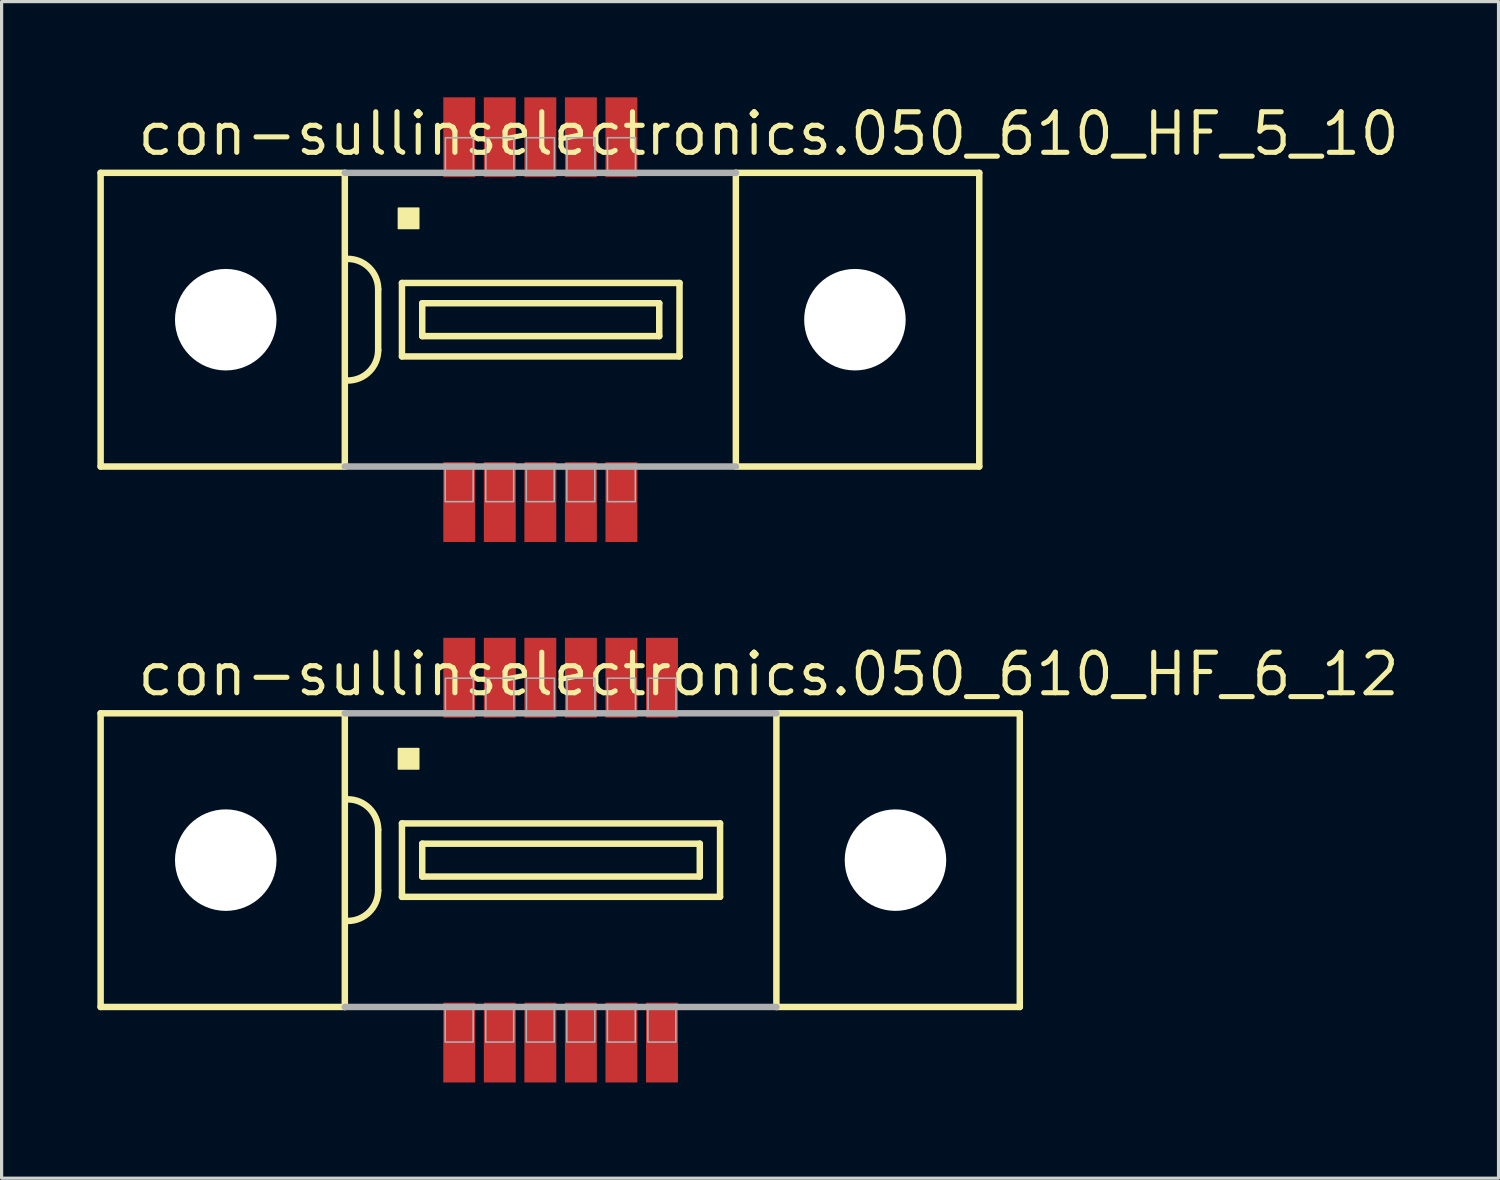
<source format=kicad_pcb>
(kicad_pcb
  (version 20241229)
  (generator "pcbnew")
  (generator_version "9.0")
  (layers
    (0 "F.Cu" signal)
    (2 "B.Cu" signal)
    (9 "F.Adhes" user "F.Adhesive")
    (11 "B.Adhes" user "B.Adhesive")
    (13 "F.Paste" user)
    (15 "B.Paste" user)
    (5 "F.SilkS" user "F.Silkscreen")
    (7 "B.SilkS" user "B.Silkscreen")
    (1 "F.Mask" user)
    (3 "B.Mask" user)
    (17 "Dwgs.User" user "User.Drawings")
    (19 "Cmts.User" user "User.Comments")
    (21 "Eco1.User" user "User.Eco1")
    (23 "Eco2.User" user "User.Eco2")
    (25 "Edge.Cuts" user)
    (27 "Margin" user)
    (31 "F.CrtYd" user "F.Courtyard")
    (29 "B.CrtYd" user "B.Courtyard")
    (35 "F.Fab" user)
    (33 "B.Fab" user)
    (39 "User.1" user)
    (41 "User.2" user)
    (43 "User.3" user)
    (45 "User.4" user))
  (footprint "con-sullinselectronics.050_610_HF_5_10"
    (layer "F.Cu")
    (at 13.877 6.965)
    (property "Reference" "con-sullinselectronics.050_610_HF_5_10" (at -12.7 -5.08 0) (layer "F.SilkS") (effects (font (size 1.27 1.27) (thickness 0.16)) (justify left bottom)))
    (attr smd)
    (fp_line (start -13.775 -4.6) (end -13.775 4.6) (stroke (width 0.203) (type default)) (layer "F.SilkS"))
    (fp_line (start -13.775 4.6) (end -6.125 4.6) (stroke (width 0.203) (type default)) (layer "F.SilkS"))
    (fp_line (start -6.125 -4.6) (end -13.775 -4.6) (stroke (width 0.203) (type default)) (layer "F.SilkS"))
    (fp_line (start -6.125 -4.6) (end -6.125 4.6) (stroke (width 0.203) (type default)) (layer "F.SilkS"))
    (fp_line (start -5.08 -0.953) (end -5.08 0.953) (stroke (width 0.203) (type default)) (layer "F.SilkS"))
    (fp_line (start -4.335 -1.15) (end -4.335 1.15) (stroke (width 0.203) (type default)) (layer "F.SilkS"))
    (fp_line (start -4.335 1.15) (end 4.36 1.15) (stroke (width 0.203) (type default)) (layer "F.SilkS"))
    (fp_line (start -3.7 -0.515) (end -3.7 0.515) (stroke (width 0.203) (type default)) (layer "F.SilkS"))
    (fp_line (start -3.7 0.515) (end 3.725 0.515) (stroke (width 0.203) (type default)) (layer "F.SilkS"))
    (fp_line (start 3.725 -0.515) (end -3.7 -0.515) (stroke (width 0.203) (type default)) (layer "F.SilkS"))
    (fp_line (start 3.725 0.515) (end 3.725 -0.515) (stroke (width 0.203) (type default)) (layer "F.SilkS"))
    (fp_line (start 4.36 -1.15) (end -4.335 -1.15) (stroke (width 0.203) (type default)) (layer "F.SilkS"))
    (fp_line (start 4.36 1.15) (end 4.36 -1.15) (stroke (width 0.203) (type default)) (layer "F.SilkS"))
    (fp_line (start 6.125 4.6) (end 6.125 -4.6) (stroke (width 0.203) (type default)) (layer "F.SilkS"))
    (fp_line (start 6.125 4.6) (end 13.75 4.6) (stroke (width 0.203) (type default)) (layer "F.SilkS"))
    (fp_line (start 13.75 -4.6) (end 6.125 -4.6) (stroke (width 0.203) (type default)) (layer "F.SilkS"))
    (fp_line (start 13.75 4.6) (end 13.75 -4.6) (stroke (width 0.203) (type default)) (layer "F.SilkS"))
    (fp_rect (start -4.445 -2.857) (end -3.81 -3.493) (stroke (width 0.05) (type default)) (fill yes) (layer "F.SilkS"))
    (fp_arc (start -6.0325 -1.905) (mid -5.358981 -1.626019) (end -5.08 -0.9525) (stroke (width 0.2032) (type default)) (layer "F.SilkS"))
    (fp_arc (start -5.08 0.9525) (mid -5.35901 1.62599) (end -6.0325 1.905) (stroke (width 0.2032) (type default)) (layer "F.SilkS"))
    (fp_line (start -6.125 4.6) (end 6.125 4.6) (stroke (width 0.203) (type default)) (layer "F.Fab"))
    (fp_line (start 6.125 -4.6) (end -6.125 -4.6) (stroke (width 0.203) (type default)) (layer "F.Fab"))
    (fp_rect (start -2.98 5.7) (end -2.105 4.65) (stroke (width 0.05) (type default)) (fill no) (layer "F.Fab"))
    (fp_rect (start -2.975 -4.65) (end -2.1 -5.7) (stroke (width 0.05) (type default)) (fill no) (layer "F.Fab"))
    (fp_rect (start -1.71 5.7) (end -0.835 4.65) (stroke (width 0.05) (type default)) (fill no) (layer "F.Fab"))
    (fp_rect (start -1.705 -4.65) (end -0.83 -5.7) (stroke (width 0.05) (type default)) (fill no) (layer "F.Fab"))
    (fp_rect (start -0.44 5.7) (end 0.435 4.65) (stroke (width 0.05) (type default)) (fill no) (layer "F.Fab"))
    (fp_rect (start -0.435 -4.65) (end 0.44 -5.7) (stroke (width 0.05) (type default)) (fill no) (layer "F.Fab"))
    (fp_rect (start 0.83 5.7) (end 1.705 4.65) (stroke (width 0.05) (type default)) (fill no) (layer "F.Fab"))
    (fp_rect (start 0.835 -4.65) (end 1.71 -5.7) (stroke (width 0.05) (type default)) (fill no) (layer "F.Fab"))
    (fp_rect (start 2.1 5.7) (end 2.975 4.65) (stroke (width 0.05) (type default)) (fill no) (layer "F.Fab"))
    (fp_rect (start 2.105 -4.65) (end 2.98 -5.7) (stroke (width 0.05) (type default)) (fill no) (layer "F.Fab"))
    (pad "" np_thru_hole circle (at -9.855 0) (size 3.18 3.18) (drill 3.18) (layers "*.Cu" "*.Mask"))
    (pad "" np_thru_hole circle (at 9.855 0) (size 3.18 3.18) (drill 3.18) (layers "*.Cu" "*.Mask"))
    (pad "1" smd roundrect (at -2.54 -5.715) (size 1 2.5) (layers "F.Cu" "F.Mask" "F.Paste") (roundrect_rratio 0.01))
    (pad "2" smd roundrect (at -1.27 -5.715) (size 1 2.5) (layers "F.Cu" "F.Mask" "F.Paste") (roundrect_rratio 0.01))
    (pad "3" smd roundrect (at 0 -5.715) (size 1 2.5) (layers "F.Cu" "F.Mask" "F.Paste") (roundrect_rratio 0.01))
    (pad "4" smd roundrect (at 1.27 -5.715) (size 1 2.5) (layers "F.Cu" "F.Mask" "F.Paste") (roundrect_rratio 0.01))
    (pad "5" smd roundrect (at 2.54 -5.715) (size 1 2.5) (layers "F.Cu" "F.Mask" "F.Paste") (roundrect_rratio 0.01))
    (pad "6" smd roundrect (at -2.54 5.715) (size 1 2.5) (layers "F.Cu" "F.Mask" "F.Paste") (roundrect_rratio 0.01))
    (pad "7" smd roundrect (at -1.27 5.715) (size 1 2.5) (layers "F.Cu" "F.Mask" "F.Paste") (roundrect_rratio 0.01))
    (pad "8" smd roundrect (at 0 5.715) (size 1 2.5) (layers "F.Cu" "F.Mask" "F.Paste") (roundrect_rratio 0.01))
    (pad "9" smd roundrect (at 1.27 5.715) (size 1 2.5) (layers "F.Cu" "F.Mask" "F.Paste") (roundrect_rratio 0.01))
    (pad "10" smd roundrect (at 2.54 5.715) (size 1 2.5) (layers "F.Cu" "F.Mask" "F.Paste") (roundrect_rratio 0.01)))
  (footprint "con-sullinselectronics.050_610_HF_6_12"
    (layer "F.Cu")
    (at 14.512 23.895)
    (property "Reference" "con-sullinselectronics.050_610_HF_6_12" (at -13.335 -5.08 0) (layer "F.SilkS") (effects (font (size 1.27 1.27) (thickness 0.16)) (justify left bottom)))
    (attr smd)
    (fp_line (start -14.41 -4.6) (end -14.41 4.6) (stroke (width 0.203) (type default)) (layer "F.SilkS"))
    (fp_line (start -14.41 4.6) (end -6.76 4.6) (stroke (width 0.203) (type default)) (layer "F.SilkS"))
    (fp_line (start -6.76 -4.6) (end -14.41 -4.6) (stroke (width 0.203) (type default)) (layer "F.SilkS"))
    (fp_line (start -6.76 -4.6) (end -6.76 4.6) (stroke (width 0.203) (type default)) (layer "F.SilkS"))
    (fp_line (start -5.715 -0.953) (end -5.715 0.953) (stroke (width 0.203) (type default)) (layer "F.SilkS"))
    (fp_line (start -4.97 -1.15) (end -4.97 1.15) (stroke (width 0.203) (type default)) (layer "F.SilkS"))
    (fp_line (start -4.97 1.15) (end 4.995 1.15) (stroke (width 0.203) (type default)) (layer "F.SilkS"))
    (fp_line (start -4.335 -0.515) (end -4.335 0.515) (stroke (width 0.203) (type default)) (layer "F.SilkS"))
    (fp_line (start -4.335 0.515) (end 4.36 0.515) (stroke (width 0.203) (type default)) (layer "F.SilkS"))
    (fp_line (start 4.36 -0.515) (end -4.335 -0.515) (stroke (width 0.203) (type default)) (layer "F.SilkS"))
    (fp_line (start 4.36 0.515) (end 4.36 -0.515) (stroke (width 0.203) (type default)) (layer "F.SilkS"))
    (fp_line (start 4.995 -1.15) (end -4.97 -1.15) (stroke (width 0.203) (type default)) (layer "F.SilkS"))
    (fp_line (start 4.995 1.15) (end 4.995 -1.15) (stroke (width 0.203) (type default)) (layer "F.SilkS"))
    (fp_line (start 6.76 4.6) (end 6.76 -4.6) (stroke (width 0.203) (type default)) (layer "F.SilkS"))
    (fp_line (start 6.76 4.6) (end 14.385 4.6) (stroke (width 0.203) (type default)) (layer "F.SilkS"))
    (fp_line (start 14.385 -4.6) (end 6.76 -4.6) (stroke (width 0.203) (type default)) (layer "F.SilkS"))
    (fp_line (start 14.385 4.6) (end 14.385 -4.6) (stroke (width 0.203) (type default)) (layer "F.SilkS"))
    (fp_rect (start -5.08 -2.857) (end -4.445 -3.493) (stroke (width 0.05) (type default)) (fill yes) (layer "F.SilkS"))
    (fp_arc (start -6.6675 -1.905) (mid -5.993981 -1.626019) (end -5.715 -0.9525) (stroke (width 0.2032) (type default)) (layer "F.SilkS"))
    (fp_arc (start -5.715 0.9525) (mid -5.99401 1.62599) (end -6.6675 1.905) (stroke (width 0.2032) (type default)) (layer "F.SilkS"))
    (fp_line (start -6.76 4.6) (end 6.76 4.6) (stroke (width 0.203) (type default)) (layer "F.Fab"))
    (fp_line (start 6.76 -4.6) (end -6.76 -4.6) (stroke (width 0.203) (type default)) (layer "F.Fab"))
    (fp_rect (start -3.615 5.7) (end -2.74 4.65) (stroke (width 0.05) (type default)) (fill no) (layer "F.Fab"))
    (fp_rect (start -3.61 -4.65) (end -2.735 -5.7) (stroke (width 0.05) (type default)) (fill no) (layer "F.Fab"))
    (fp_rect (start -2.345 5.7) (end -1.47 4.65) (stroke (width 0.05) (type default)) (fill no) (layer "F.Fab"))
    (fp_rect (start -2.34 -4.65) (end -1.465 -5.7) (stroke (width 0.05) (type default)) (fill no) (layer "F.Fab"))
    (fp_rect (start -1.075 5.7) (end -0.2 4.65) (stroke (width 0.05) (type default)) (fill no) (layer "F.Fab"))
    (fp_rect (start -1.07 -4.65) (end -0.195 -5.7) (stroke (width 0.05) (type default)) (fill no) (layer "F.Fab"))
    (fp_rect (start 0.195 5.7) (end 1.07 4.65) (stroke (width 0.05) (type default)) (fill no) (layer "F.Fab"))
    (fp_rect (start 0.2 -4.65) (end 1.075 -5.7) (stroke (width 0.05) (type default)) (fill no) (layer "F.Fab"))
    (fp_rect (start 1.465 5.7) (end 2.34 4.65) (stroke (width 0.05) (type default)) (fill no) (layer "F.Fab"))
    (fp_rect (start 1.47 -4.65) (end 2.345 -5.7) (stroke (width 0.05) (type default)) (fill no) (layer "F.Fab"))
    (fp_rect (start 2.735 5.7) (end 3.61 4.65) (stroke (width 0.05) (type default)) (fill no) (layer "F.Fab"))
    (fp_rect (start 2.74 -4.65) (end 3.615 -5.7) (stroke (width 0.05) (type default)) (fill no) (layer "F.Fab"))
    (pad "" np_thru_hole circle (at -10.49 0) (size 3.18 3.18) (drill 3.18) (layers "*.Cu" "*.Mask"))
    (pad "" np_thru_hole circle (at 10.49 0) (size 3.18 3.18) (drill 3.18) (layers "*.Cu" "*.Mask"))
    (pad "1" smd roundrect (at -3.175 -5.715) (size 1 2.5) (layers "F.Cu" "F.Mask" "F.Paste") (roundrect_rratio 0.01))
    (pad "2" smd roundrect (at -1.905 -5.715) (size 1 2.5) (layers "F.Cu" "F.Mask" "F.Paste") (roundrect_rratio 0.01))
    (pad "3" smd roundrect (at -0.635 -5.715) (size 1 2.5) (layers "F.Cu" "F.Mask" "F.Paste") (roundrect_rratio 0.01))
    (pad "4" smd roundrect (at 0.635 -5.715) (size 1 2.5) (layers "F.Cu" "F.Mask" "F.Paste") (roundrect_rratio 0.01))
    (pad "5" smd roundrect (at 1.905 -5.715) (size 1 2.5) (layers "F.Cu" "F.Mask" "F.Paste") (roundrect_rratio 0.01))
    (pad "6" smd roundrect (at 3.175 -5.715) (size 1 2.5) (layers "F.Cu" "F.Mask" "F.Paste") (roundrect_rratio 0.01))
    (pad "7" smd roundrect (at -3.175 5.715 180) (size 1 2.5) (layers "F.Cu" "F.Mask" "F.Paste") (roundrect_rratio 0.01))
    (pad "8" smd roundrect (at -1.905 5.715 180) (size 1 2.5) (layers "F.Cu" "F.Mask" "F.Paste") (roundrect_rratio 0.01))
    (pad "9" smd roundrect (at -0.635 5.715 180) (size 1 2.5) (layers "F.Cu" "F.Mask" "F.Paste") (roundrect_rratio 0.01))
    (pad "10" smd roundrect (at 0.635 5.715 180) (size 1 2.5) (layers "F.Cu" "F.Mask" "F.Paste") (roundrect_rratio 0.01))
    (pad "11" smd roundrect (at 1.905 5.715) (size 1 2.5) (layers "F.Cu" "F.Mask" "F.Paste") (roundrect_rratio 0.01))
    (pad "12" smd roundrect (at 3.175 5.715) (size 1 2.5) (layers "F.Cu" "F.Mask" "F.Paste") (roundrect_rratio 0.01)))
  (gr_rect
    (start -3 -3)
    (end 43.894 33.86)
    (stroke (width 0.1) (type default))
    (fill no)
    (layer "Edge.Cuts")))
</source>
